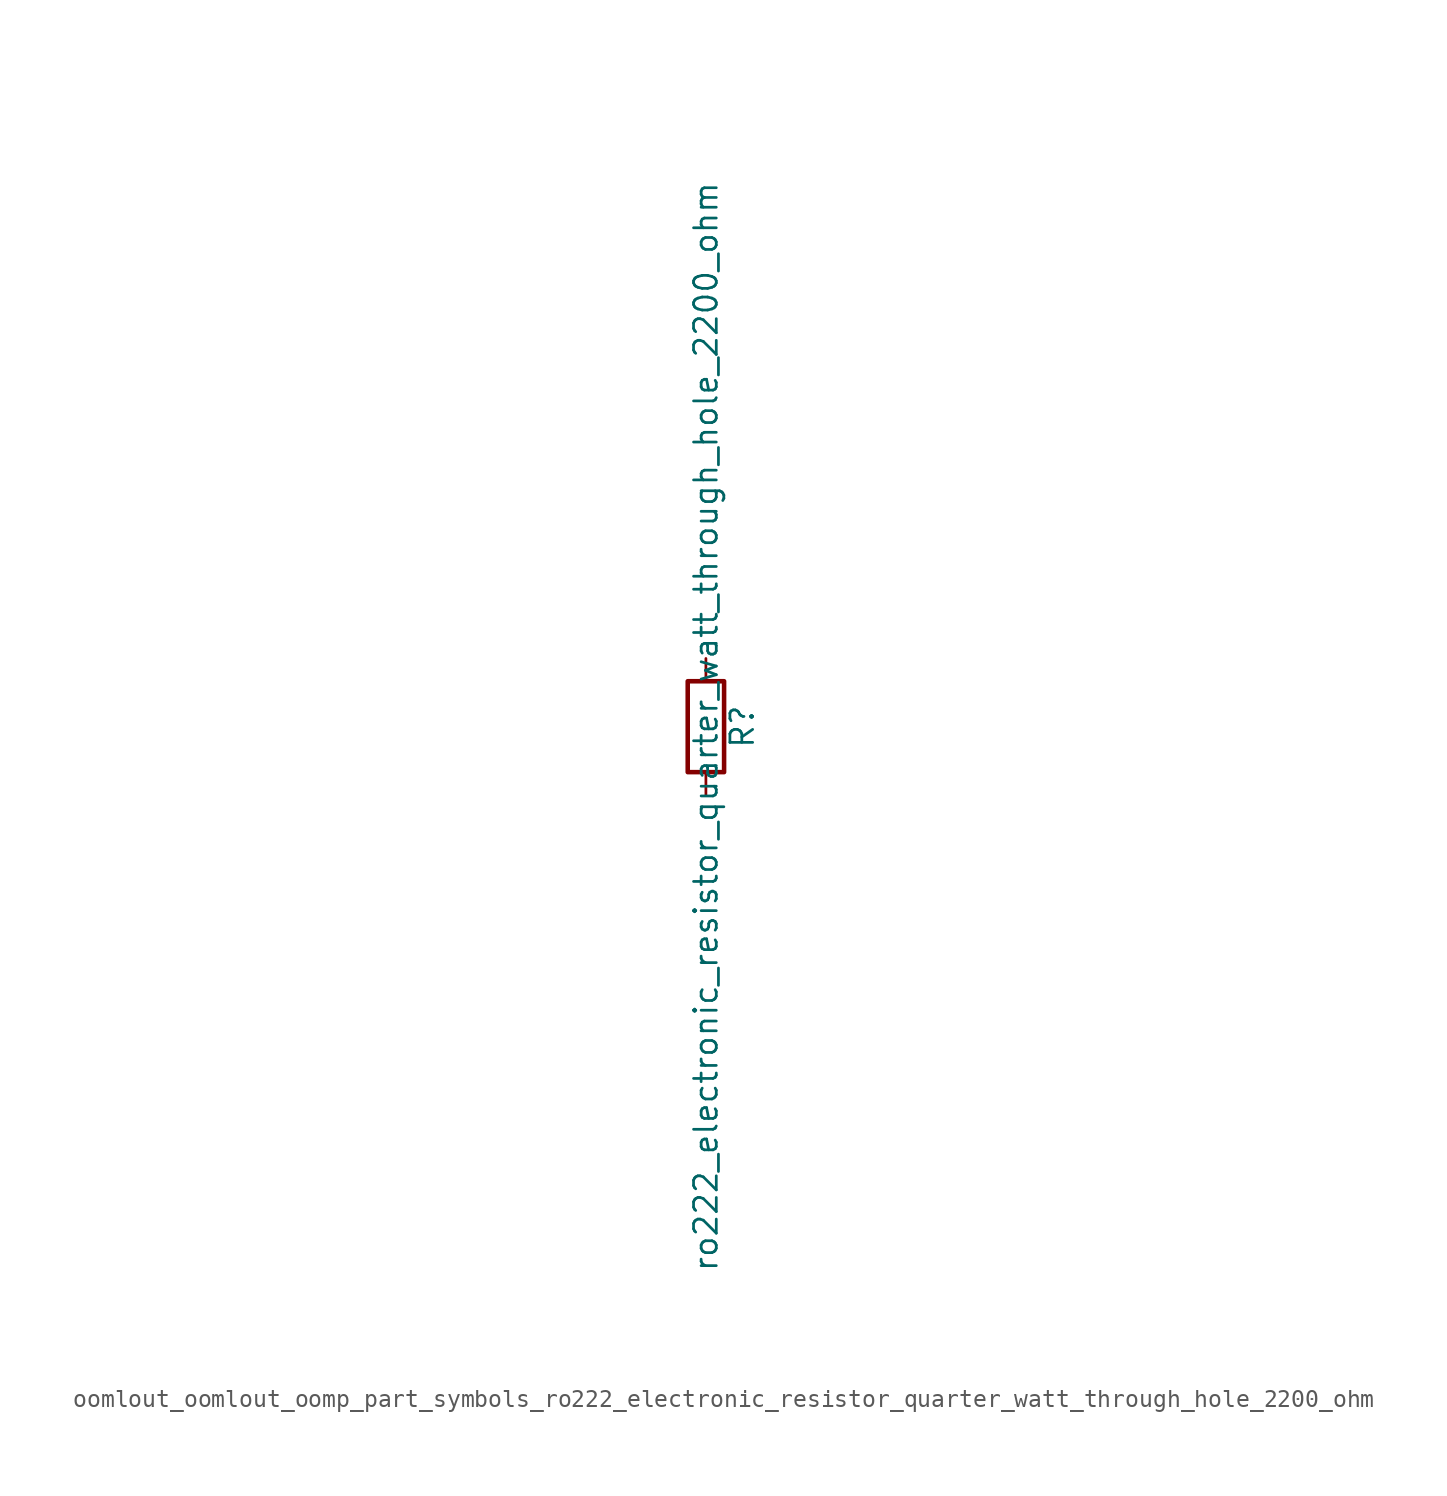
<source format=kicad_sym>
(kicad_symbol_lib
  (version 20220914)
  (generator kicad_symbol_editor)
  (symbol "oomlout_oomlout_oomp_part_symbols_ro222_electronic_resistor_quarter_watt_through_hole_2200_ohm"
    (pin_numbers hide)
    (pin_names
      (offset 0))
    (property "Reference" "R"
      (at 2.032 0 90)
      (effects (font (size 1.27 1.27))))
    (property "Value" "ro222_electronic_resistor_quarter_watt_through_hole_2200_ohm"
      (at 0 0 90)
      (effects (font (size 1.27 1.27))))
    (symbol "oomlout_oomlout_oomp_part_symbols_ro222_electronic_resistor_quarter_watt_through_hole_2200_ohm_0_1"
      (rectangle (start -1.016 -2.54) (end 1.016 2.54) (stroke (width 0.254) (type default)) (fill (type none))))
    (symbol "oomlout_oomlout_oomp_part_symbols_ro222_electronic_resistor_quarter_watt_through_hole_2200_ohm_1_1"
      (pin passive line (at 0 3.81 270) (length 1.27) (name "~" (effects (font (size 1.27 1.27)))) (number "1" (effects (font (size 1.27 1.27)))))
      (pin passive line (at 0 -3.81 90) (length 1.27) (name "~" (effects (font (size 1.27 1.27)))) (number "2" (effects (font (size 1.27 1.27))))))))
</source>
